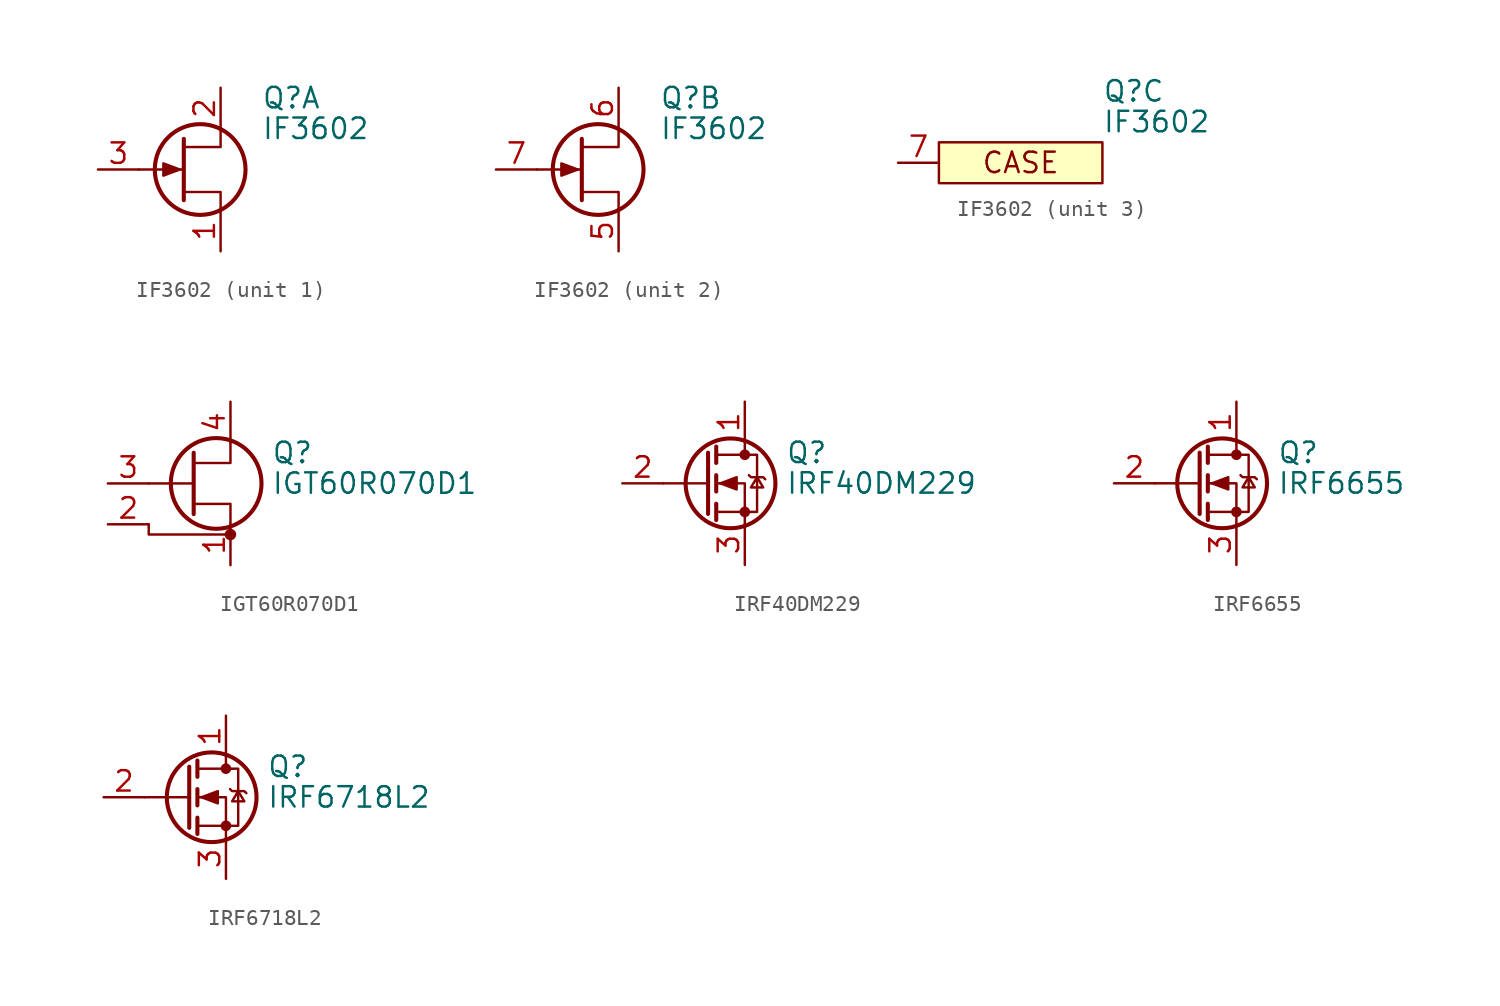
<source format=kicad_sym>
(kicad_symbol_lib
  (version 20241209)
  (generator "kicad_symbol_editor")
  (generator_version "9.0")
  (symbol "IF3602"
    (pin_names
      (hide yes))
    (property "Reference" "Q"
      (at 5.08 4.445 0)
      (effects (font (size 1.27 1.27)) (justify left)))
    (property "Value" "IF3602"
      (at 5.08 2.54 0)
      (effects (font (size 1.27 1.27)) (justify left)))
    (symbol "IF3602_1_1"
      (polyline (pts (xy 0 0) (xy -1.016 0.381) (xy -1.016 -0.381) (xy 0 0)) (stroke (width 0) (type default)) (fill (type outline)))
      (polyline (pts (xy 0.254 1.905) (xy 0.254 -1.905)) (stroke (width 0.254) (type default)) (fill (type none)))
      (polyline (pts (xy 0.254 0) (xy -2.54 0)) (stroke (width 0) (type default)) (fill (type none)))
      (circle (center 1.27 0) (radius 2.819) (stroke (width 0.254) (type default)) (fill (type none)))
      (polyline (pts (xy 2.54 2.54) (xy 2.54 1.397) (xy 0.254 1.397)) (stroke (width 0) (type default)) (fill (type none)))
      (polyline (pts (xy 2.54 -2.54) (xy 2.54 -1.397) (xy 0.254 -1.397)) (stroke (width 0) (type default)) (fill (type none)))
      (pin input line (at -5.08 0 0) (length 2.54) (name "G1" (effects (font (size 1.27 1.27)))) (number "3" (effects (font (size 1.27 1.27)))))
      (pin passive line (at 2.54 5.08 270) (length 2.54) (name "D1" (effects (font (size 1.27 1.27)))) (number "2" (effects (font (size 1.27 1.27)))))
      (pin passive line (at 2.54 -5.08 90) (length 2.54) (name "S1" (effects (font (size 1.27 1.27)))) (number "1" (effects (font (size 1.27 1.27))))))
    (symbol "IF3602_2_1"
      (polyline (pts (xy 0 0) (xy -1.016 0.381) (xy -1.016 -0.381) (xy 0 0)) (stroke (width 0) (type default)) (fill (type outline)))
      (polyline (pts (xy 0.254 1.905) (xy 0.254 -1.905)) (stroke (width 0.254) (type default)) (fill (type none)))
      (polyline (pts (xy 0.254 0) (xy -2.54 0)) (stroke (width 0) (type default)) (fill (type none)))
      (circle (center 1.27 0) (radius 2.819) (stroke (width 0.254) (type default)) (fill (type none)))
      (polyline (pts (xy 2.54 2.54) (xy 2.54 1.397) (xy 0.254 1.397)) (stroke (width 0) (type default)) (fill (type none)))
      (polyline (pts (xy 2.54 -2.54) (xy 2.54 -1.397) (xy 0.254 -1.397)) (stroke (width 0) (type default)) (fill (type none)))
      (pin input line (at -5.08 0 0) (length 2.54) (name "G2" (effects (font (size 1.27 1.27)))) (number "7" (effects (font (size 1.27 1.27)))))
      (pin passive line (at 2.54 5.08 270) (length 2.54) (name "D2" (effects (font (size 1.27 1.27)))) (number "6" (effects (font (size 1.27 1.27)))))
      (pin passive line (at 2.54 -5.08 90) (length 2.54) (name "S2" (effects (font (size 1.27 1.27)))) (number "5" (effects (font (size 1.27 1.27))))))
    (symbol "IF3602_3_1"
      (rectangle (start -5.08 1.27) (end 5.08 -1.27) (stroke (width 0) (type default)) (fill (type background)))
      (text "CASE" (at 0 0 0) (effects (font (size 1.27 1.27))))
      (pin passive line (at -7.62 0 0) (length 2.54) (name "CASE" (effects (font (size 1.27 1.27)))) (number "7" (effects (font (size 1.27 1.27)))))
      (pin no_connect line (at 5.08 0 180) (length 2.54) (hide yes) (name "NC" (effects (font (size 1.27 1.27)))) (number "8" (effects (font (size 1.27 1.27)))))))
  (symbol "IGT60R070D1"
    (pin_names
      (offset 0)
      (hide yes))
    (property "Reference" "Q"
      (at 5.08 1.905 0)
      (effects (font (size 1.27 1.27)) (justify left)))
    (property "Value" "IGT60R070D1"
      (at 5.08 0 0)
      (effects (font (size 1.27 1.27)) (justify left)))
    (symbol "IGT60R070D1_0_1"
      (polyline (pts (xy -2.54 0) (xy 0.254 0)) (stroke (width 0) (type default)) (fill (type none)))
      (polyline (pts (xy -2.54 -2.54) (xy -2.54 -3.175) (xy 2.54 -3.175)) (stroke (width 0) (type default)) (fill (type none)))
      (polyline (pts (xy 0.254 1.905) (xy 0.254 -1.905) (xy 0.254 -1.905)) (stroke (width 0.254) (type default)) (fill (type none)))
      (polyline (pts (xy 0.254 -1.27) (xy 2.54 -1.27) (xy 2.54 -2.54)) (stroke (width 0) (type default)) (fill (type none)))
      (circle (center 1.651 0) (radius 2.819) (stroke (width 0.254) (type default)) (fill (type none)))
      (polyline (pts (xy 2.54 2.54) (xy 2.54 1.27) (xy 0.254 1.27)) (stroke (width 0) (type default)) (fill (type none)))
      (circle (center 2.54 -3.175) (radius 0.279) (stroke (width 0) (type default)) (fill (type outline))))
    (symbol "IGT60R070D1_1_1"
      (pin input line (at -5.08 0 0) (length 2.54) (name "G" (effects (font (size 1.27 1.27)))) (number "3" (effects (font (size 1.27 1.27)))))
      (pin passive line (at -5.08 -2.54 0) (length 2.54) (name "SS" (effects (font (size 1.27 1.27)))) (number "2" (effects (font (size 1.27 1.27)))))
      (pin passive line (at 2.54 5.08 270) (length 2.54) (name "D" (effects (font (size 1.27 1.27)))) (number "4" (effects (font (size 1.27 1.27)))))
      (pin passive line (at 2.54 -5.08 90) (length 2.54) (name "S" (effects (font (size 1.27 1.27)))) (number "1" (effects (font (size 1.27 1.27)))))))
  (symbol "IRF40DM229"
    (pin_names
      (hide yes))
    (property "Reference" "Q"
      (at 5.08 1.905 0)
      (effects (font (size 1.27 1.27)) (justify left)))
    (property "Value" "IRF40DM229"
      (at 5.08 0 0)
      (effects (font (size 1.27 1.27)) (justify left)))
    (symbol "IRF40DM229_0_1"
      (polyline (pts (xy 0.254 1.905) (xy 0.254 -1.905)) (stroke (width 0.254) (type default)) (fill (type none)))
      (polyline (pts (xy 0.254 0) (xy -2.54 0)) (stroke (width 0) (type default)) (fill (type none)))
      (polyline (pts (xy 0.762 2.286) (xy 0.762 1.27)) (stroke (width 0.254) (type default)) (fill (type none)))
      (polyline (pts (xy 0.762 0.508) (xy 0.762 -0.508)) (stroke (width 0.254) (type default)) (fill (type none)))
      (polyline (pts (xy 0.762 -1.27) (xy 0.762 -2.286)) (stroke (width 0.254) (type default)) (fill (type none)))
      (polyline (pts (xy 0.762 -1.778) (xy 3.302 -1.778) (xy 3.302 1.778) (xy 0.762 1.778)) (stroke (width 0) (type default)) (fill (type none)))
      (polyline (pts (xy 1.016 0) (xy 2.032 0.381) (xy 2.032 -0.381) (xy 1.016 0)) (stroke (width 0) (type default)) (fill (type outline)))
      (circle (center 1.651 0) (radius 2.794) (stroke (width 0.254) (type default)) (fill (type none)))
      (polyline (pts (xy 2.54 2.54) (xy 2.54 1.778)) (stroke (width 0) (type default)) (fill (type none)))
      (circle (center 2.54 1.778) (radius 0.254) (stroke (width 0) (type default)) (fill (type outline)))
      (circle (center 2.54 -1.778) (radius 0.254) (stroke (width 0) (type default)) (fill (type outline)))
      (polyline (pts (xy 2.54 -2.54) (xy 2.54 0) (xy 0.762 0)) (stroke (width 0) (type default)) (fill (type none)))
      (polyline (pts (xy 2.794 0.508) (xy 2.921 0.381) (xy 3.683 0.381) (xy 3.81 0.254)) (stroke (width 0) (type default)) (fill (type none)))
      (polyline (pts (xy 3.302 0.381) (xy 2.921 -0.254) (xy 3.683 -0.254) (xy 3.302 0.381)) (stroke (width 0) (type default)) (fill (type none))))
    (symbol "IRF40DM229_1_1"
      (pin input line (at -5.08 0 0) (length 2.54) (name "G" (effects (font (size 1.27 1.27)))) (number "2" (effects (font (size 1.27 1.27)))))
      (pin passive line (at 2.54 5.08 270) (length 2.54) (name "D" (effects (font (size 1.27 1.27)))) (number "1" (effects (font (size 1.27 1.27)))))
      (pin passive line (at 2.54 -5.08 90) (length 2.54) (name "S" (effects (font (size 1.27 1.27)))) (number "3" (effects (font (size 1.27 1.27)))))))
  (symbol "IRF6655"
    (pin_names
      (hide yes))
    (property "Reference" "Q"
      (at 5.08 1.905 0)
      (effects (font (size 1.27 1.27)) (justify left)))
    (property "Value" "IRF6655"
      (at 5.08 0 0)
      (effects (font (size 1.27 1.27)) (justify left)))
    (symbol "IRF6655_0_1"
      (polyline (pts (xy 0.254 1.905) (xy 0.254 -1.905)) (stroke (width 0.254) (type default)) (fill (type none)))
      (polyline (pts (xy 0.254 0) (xy -2.54 0)) (stroke (width 0) (type default)) (fill (type none)))
      (polyline (pts (xy 0.762 2.286) (xy 0.762 1.27)) (stroke (width 0.254) (type default)) (fill (type none)))
      (polyline (pts (xy 0.762 0.508) (xy 0.762 -0.508)) (stroke (width 0.254) (type default)) (fill (type none)))
      (polyline (pts (xy 0.762 -1.27) (xy 0.762 -2.286)) (stroke (width 0.254) (type default)) (fill (type none)))
      (polyline (pts (xy 0.762 -1.778) (xy 3.302 -1.778) (xy 3.302 1.778) (xy 0.762 1.778)) (stroke (width 0) (type default)) (fill (type none)))
      (polyline (pts (xy 1.016 0) (xy 2.032 0.381) (xy 2.032 -0.381) (xy 1.016 0)) (stroke (width 0) (type default)) (fill (type outline)))
      (circle (center 1.651 0) (radius 2.794) (stroke (width 0.254) (type default)) (fill (type none)))
      (polyline (pts (xy 2.54 2.54) (xy 2.54 1.778)) (stroke (width 0) (type default)) (fill (type none)))
      (circle (center 2.54 1.778) (radius 0.254) (stroke (width 0) (type default)) (fill (type outline)))
      (circle (center 2.54 -1.778) (radius 0.254) (stroke (width 0) (type default)) (fill (type outline)))
      (polyline (pts (xy 2.54 -2.54) (xy 2.54 0) (xy 0.762 0)) (stroke (width 0) (type default)) (fill (type none)))
      (polyline (pts (xy 2.794 0.508) (xy 2.921 0.381) (xy 3.683 0.381) (xy 3.81 0.254)) (stroke (width 0) (type default)) (fill (type none)))
      (polyline (pts (xy 3.302 0.381) (xy 2.921 -0.254) (xy 3.683 -0.254) (xy 3.302 0.381)) (stroke (width 0) (type default)) (fill (type none))))
    (symbol "IRF6655_1_1"
      (pin input line (at -5.08 0 0) (length 2.54) (name "G" (effects (font (size 1.27 1.27)))) (number "2" (effects (font (size 1.27 1.27)))))
      (pin passive line (at 2.54 5.08 270) (length 2.54) (name "D" (effects (font (size 1.27 1.27)))) (number "1" (effects (font (size 1.27 1.27)))))
      (pin passive line (at 2.54 -5.08 90) (length 2.54) (name "S" (effects (font (size 1.27 1.27)))) (number "3" (effects (font (size 1.27 1.27)))))))
  (symbol "IRF6718L2"
    (pin_names
      (hide yes))
    (property "Reference" "Q"
      (at 5.08 1.905 0)
      (effects (font (size 1.27 1.27)) (justify left)))
    (property "Value" "IRF6718L2"
      (at 5.08 0 0)
      (effects (font (size 1.27 1.27)) (justify left)))
    (symbol "IRF6718L2_0_1"
      (polyline (pts (xy 0.254 1.905) (xy 0.254 -1.905)) (stroke (width 0.254) (type default)) (fill (type none)))
      (polyline (pts (xy 0.254 0) (xy -2.54 0)) (stroke (width 0) (type default)) (fill (type none)))
      (polyline (pts (xy 0.762 2.286) (xy 0.762 1.27)) (stroke (width 0.254) (type default)) (fill (type none)))
      (polyline (pts (xy 0.762 0.508) (xy 0.762 -0.508)) (stroke (width 0.254) (type default)) (fill (type none)))
      (polyline (pts (xy 0.762 -1.27) (xy 0.762 -2.286)) (stroke (width 0.254) (type default)) (fill (type none)))
      (polyline (pts (xy 0.762 -1.778) (xy 3.302 -1.778) (xy 3.302 1.778) (xy 0.762 1.778)) (stroke (width 0) (type default)) (fill (type none)))
      (polyline (pts (xy 1.016 0) (xy 2.032 0.381) (xy 2.032 -0.381) (xy 1.016 0)) (stroke (width 0) (type default)) (fill (type outline)))
      (circle (center 1.651 0) (radius 2.794) (stroke (width 0.254) (type default)) (fill (type none)))
      (polyline (pts (xy 2.54 2.54) (xy 2.54 1.778)) (stroke (width 0) (type default)) (fill (type none)))
      (circle (center 2.54 1.778) (radius 0.254) (stroke (width 0) (type default)) (fill (type outline)))
      (circle (center 2.54 -1.778) (radius 0.254) (stroke (width 0) (type default)) (fill (type outline)))
      (polyline (pts (xy 2.54 -2.54) (xy 2.54 0) (xy 0.762 0)) (stroke (width 0) (type default)) (fill (type none)))
      (polyline (pts (xy 2.794 0.508) (xy 2.921 0.381) (xy 3.683 0.381) (xy 3.81 0.254)) (stroke (width 0) (type default)) (fill (type none)))
      (polyline (pts (xy 3.302 0.381) (xy 2.921 -0.254) (xy 3.683 -0.254) (xy 3.302 0.381)) (stroke (width 0) (type default)) (fill (type none))))
    (symbol "IRF6718L2_1_1"
      (pin input line (at -5.08 0 0) (length 2.54) (name "G" (effects (font (size 1.27 1.27)))) (number "2" (effects (font (size 1.27 1.27)))))
      (pin passive line (at 2.54 5.08 270) (length 2.54) (name "D" (effects (font (size 1.27 1.27)))) (number "1" (effects (font (size 1.27 1.27)))))
      (pin passive line (at 2.54 -5.08 90) (length 2.54) (name "S" (effects (font (size 1.27 1.27)))) (number "3" (effects (font (size 1.27 1.27))))))))
</source>
